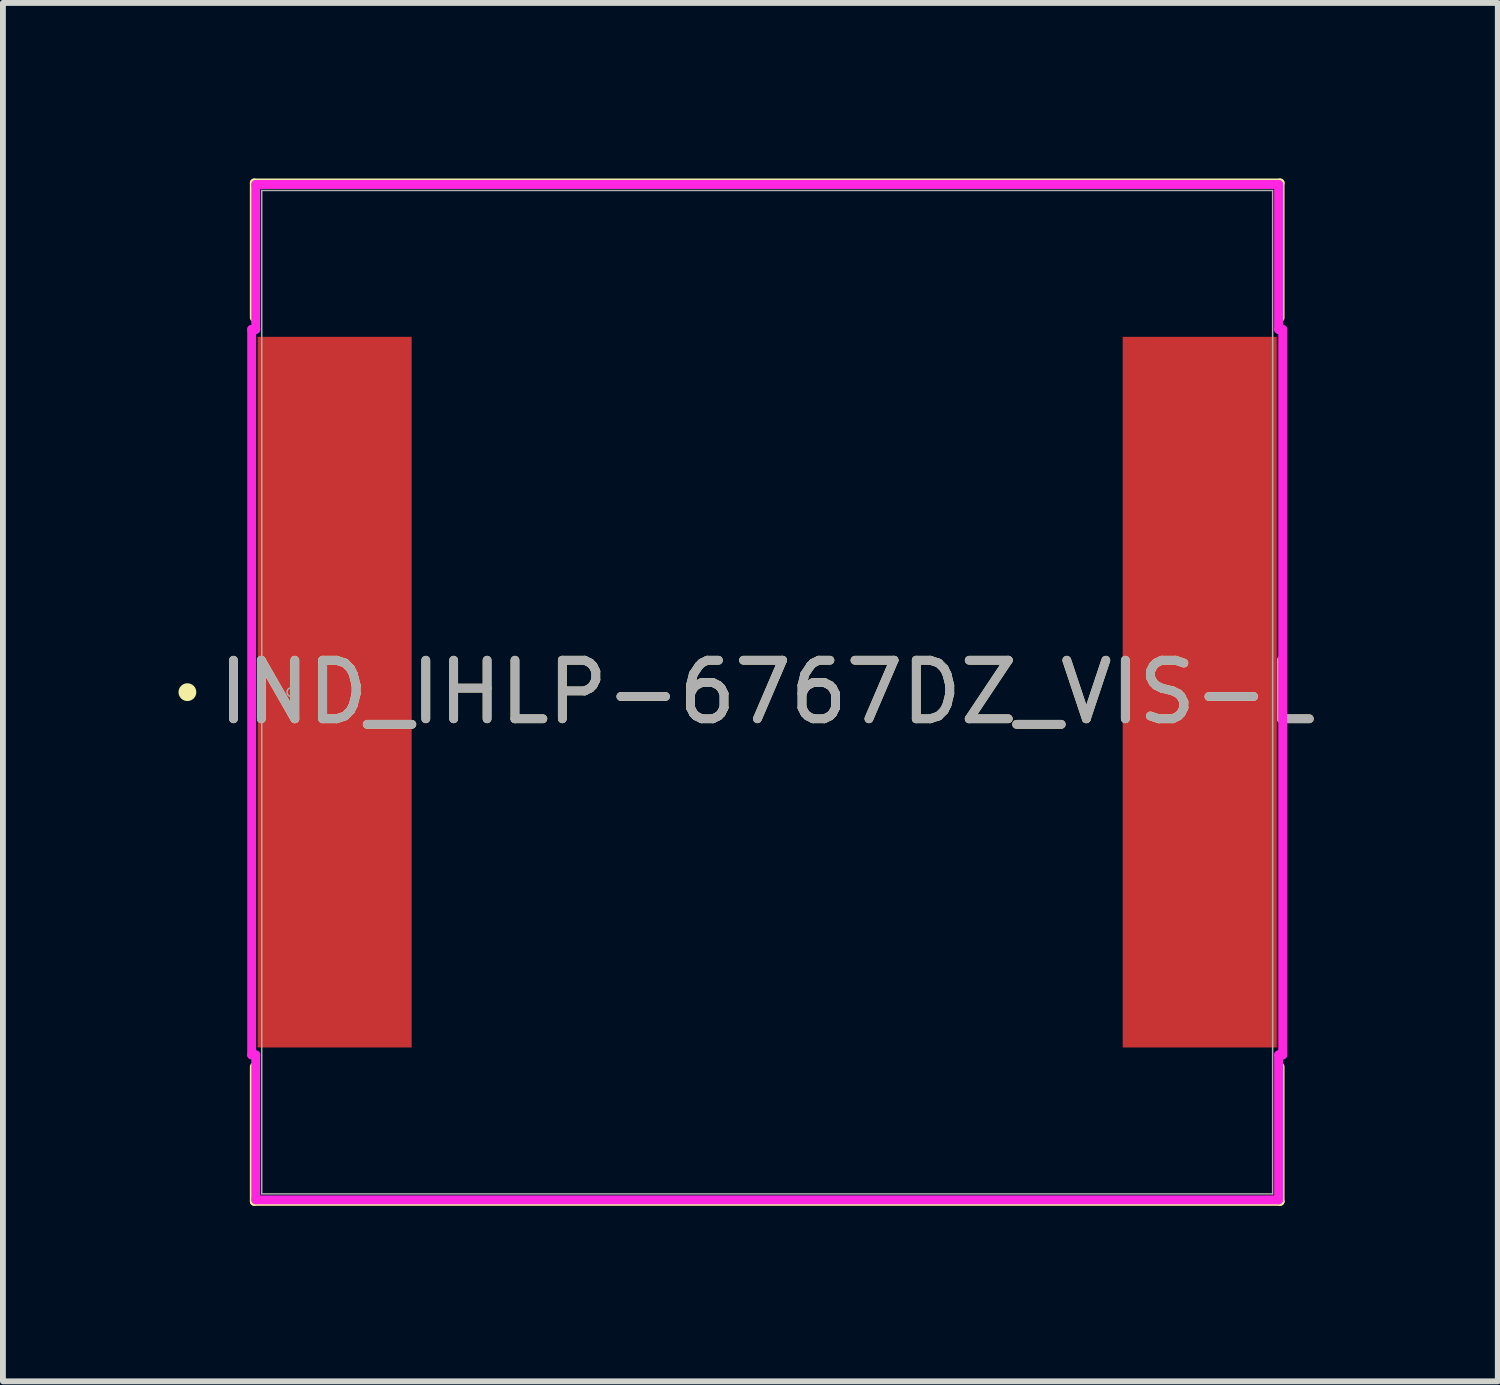
<source format=kicad_pcb>
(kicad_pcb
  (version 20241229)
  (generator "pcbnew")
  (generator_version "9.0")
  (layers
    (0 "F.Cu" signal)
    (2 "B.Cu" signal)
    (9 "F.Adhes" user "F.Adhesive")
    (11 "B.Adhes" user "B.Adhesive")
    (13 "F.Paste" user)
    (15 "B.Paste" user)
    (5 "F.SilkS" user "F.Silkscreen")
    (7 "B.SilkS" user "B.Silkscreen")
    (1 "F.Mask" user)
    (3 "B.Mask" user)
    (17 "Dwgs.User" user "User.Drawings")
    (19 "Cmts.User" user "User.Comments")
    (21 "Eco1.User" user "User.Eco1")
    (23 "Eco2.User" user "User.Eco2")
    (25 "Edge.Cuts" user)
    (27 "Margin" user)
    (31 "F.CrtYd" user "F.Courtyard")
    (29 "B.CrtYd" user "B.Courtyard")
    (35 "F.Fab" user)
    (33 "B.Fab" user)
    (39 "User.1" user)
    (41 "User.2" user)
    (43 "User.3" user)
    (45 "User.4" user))
  (footprint "IND_IHLP-6767DZ_VIS-L"
    (layer "F.Cu")
    (at 10.058 8.776)
    (property "Reference" "IND_IHLP-6767DZ_VIS-L" (at 0 0 0) (unlocked yes) (layer "F.SilkS") (effects (font (size 1 1) (thickness 0.15))))
    (attr smd)
    (fp_line (start -8.763 -8.7) (end -8.763 -6.399) (stroke (width 0.152) (type solid)) (layer "F.SilkS"))
    (fp_line (start -8.763 6.399) (end -8.763 8.7) (stroke (width 0.152) (type solid)) (layer "F.SilkS"))
    (fp_line (start -8.763 8.7) (end 8.763 8.7) (stroke (width 0.152) (type solid)) (layer "F.SilkS"))
    (fp_line (start 8.763 -8.7) (end -8.763 -8.7) (stroke (width 0.152) (type solid)) (layer "F.SilkS"))
    (fp_line (start 8.763 -6.399) (end 8.763 -8.7) (stroke (width 0.152) (type solid)) (layer "F.SilkS"))
    (fp_line (start 8.763 8.7) (end 8.763 6.399) (stroke (width 0.152) (type solid)) (layer "F.SilkS"))
    (fp_circle (center -9.906 0) (end -9.83 0) (stroke (width 0.152) (type solid)) (fill no) (layer "F.SilkS"))
    (fp_line (start -8.808 -6.198) (end -8.738 -6.198) (stroke (width 0.152) (type solid)) (layer "F.CrtYd"))
    (fp_line (start -8.808 6.198) (end -8.808 -6.198) (stroke (width 0.152) (type solid)) (layer "F.CrtYd"))
    (fp_line (start -8.738 -8.674) (end 8.738 -8.674) (stroke (width 0.152) (type solid)) (layer "F.CrtYd"))
    (fp_line (start -8.738 -6.198) (end -8.738 -8.674) (stroke (width 0.152) (type solid)) (layer "F.CrtYd"))
    (fp_line (start -8.738 6.198) (end -8.808 6.198) (stroke (width 0.152) (type solid)) (layer "F.CrtYd"))
    (fp_line (start -8.738 8.674) (end -8.738 6.198) (stroke (width 0.152) (type solid)) (layer "F.CrtYd"))
    (fp_line (start 8.738 -8.674) (end 8.738 -6.198) (stroke (width 0.152) (type solid)) (layer "F.CrtYd"))
    (fp_line (start 8.738 -6.198) (end 8.808 -6.198) (stroke (width 0.152) (type solid)) (layer "F.CrtYd"))
    (fp_line (start 8.738 6.198) (end 8.738 8.674) (stroke (width 0.152) (type solid)) (layer "F.CrtYd"))
    (fp_line (start 8.738 8.674) (end -8.738 8.674) (stroke (width 0.152) (type solid)) (layer "F.CrtYd"))
    (fp_line (start 8.808 -6.198) (end 8.808 6.198) (stroke (width 0.152) (type solid)) (layer "F.CrtYd"))
    (fp_line (start 8.808 6.198) (end 8.738 6.198) (stroke (width 0.152) (type solid)) (layer "F.CrtYd"))
    (fp_line (start -8.636 -8.572) (end -8.636 8.572) (stroke (width 0.025) (type solid)) (layer "F.Fab"))
    (fp_line (start -8.636 8.572) (end 8.636 8.572) (stroke (width 0.025) (type solid)) (layer "F.Fab"))
    (fp_line (start 8.636 -8.572) (end -8.636 -8.572) (stroke (width 0.025) (type solid)) (layer "F.Fab"))
    (fp_line (start 8.636 8.572) (end 8.636 -8.572) (stroke (width 0.025) (type solid)) (layer "F.Fab"))
    (fp_circle (center -8.128 0) (end -8.052 0) (stroke (width 0.025) (type solid)) (fill no) (layer "F.Fab"))
    (fp_text user "${REFERENCE}" (at 0 0 0) (unlocked yes) (layer "F.Fab") (effects (font (size 1 1) (thickness 0.15))))
    (pad "1" smd rect (at -7.39 0 90) (size 12.142 2.632) (layers "F.Cu" "F.Mask" "F.Paste"))
    (pad "2" smd rect (at 7.39 0 90) (size 12.142 2.632) (layers "F.Cu" "F.Mask" "F.Paste"))
    (zone (net_name "") (layer "F.Cu") (hatch full 0.508) (connect_pads) (min_thickness 0.254) (filled_areas_thickness no) (keepout (tracks not_allowed) (vias not_allowed) (pads allowed) (copperpour not_allowed) (footprints allowed)) (placement (enabled no)) (fill) (polygon (pts (xy 1.473 0.254) (xy 18.644 0.254) (xy 18.644 2.629) (xy 1.473 2.629))))
    (zone (net_name "") (layer "F.Cu") (hatch full 0.508) (connect_pads) (min_thickness 0.254) (filled_areas_thickness no) (keepout (tracks not_allowed) (vias not_allowed) (pads allowed) (copperpour not_allowed) (footprints allowed)) (placement (enabled no)) (fill) (polygon (pts (xy 1.473 14.922) (xy 18.644 14.922) (xy 18.644 17.297) (xy 1.473 17.297))))
    (zone (net_name "") (layer "F.Cu") (hatch full 0.508) (connect_pads) (min_thickness 0.254) (filled_areas_thickness no) (keepout (tracks not_allowed) (vias not_allowed) (pads allowed) (copperpour not_allowed) (footprints allowed)) (placement (enabled no)) (fill) (polygon (pts (xy 4.035 2.629) (xy 16.081 2.629) (xy 16.081 14.922) (xy 4.035 14.922)))))
  (gr_rect
    (start -3 -3)
    (end 22.541 20.551)
    (stroke (width 0.1) (type default))
    (fill no)
    (layer "Edge.Cuts")))
</source>
